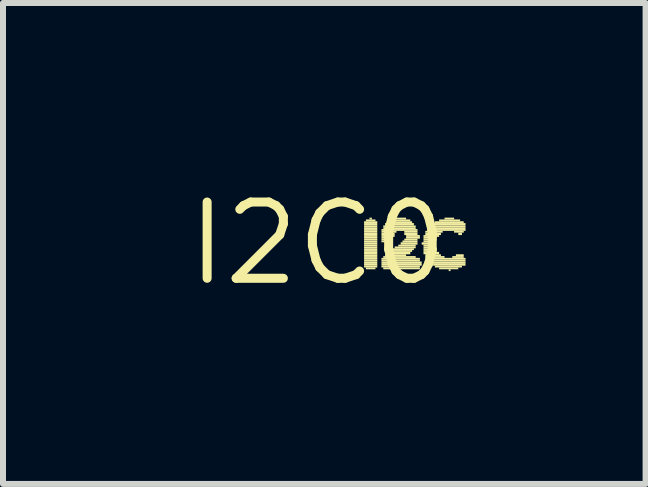
<source format=kicad_pcb>
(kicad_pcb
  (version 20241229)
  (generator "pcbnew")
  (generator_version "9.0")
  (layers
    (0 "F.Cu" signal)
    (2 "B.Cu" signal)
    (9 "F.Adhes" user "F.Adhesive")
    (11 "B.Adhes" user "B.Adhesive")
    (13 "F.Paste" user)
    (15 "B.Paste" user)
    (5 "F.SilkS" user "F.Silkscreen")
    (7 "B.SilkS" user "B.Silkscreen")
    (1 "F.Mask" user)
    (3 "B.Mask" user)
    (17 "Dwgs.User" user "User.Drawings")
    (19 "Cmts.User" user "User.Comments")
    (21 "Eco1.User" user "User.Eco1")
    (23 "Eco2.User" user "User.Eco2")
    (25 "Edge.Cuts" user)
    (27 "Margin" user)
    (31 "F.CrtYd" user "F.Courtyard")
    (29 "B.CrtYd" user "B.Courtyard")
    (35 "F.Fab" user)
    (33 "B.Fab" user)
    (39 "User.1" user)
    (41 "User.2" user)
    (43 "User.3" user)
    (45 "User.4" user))
  (footprint "I2C0"
    (layer "F.Cu")
    (at 2.245 1.006)
    (property "Reference" "I2C0" (at 0 0 0) (layer "F.SilkS") (effects (font (size 1.27 1.27) (thickness 0.15))))
    (fp_poly (pts (xy 0.77 -0.34) (xy 0.99 -0.34) (xy 0.99 -0.37) (xy 0.77 -0.37)) (stroke (width 0) (type default)) (fill yes) (layer "F.SilkS"))
    (fp_poly (pts (xy 0.77 -0.3) (xy 0.99 -0.3) (xy 0.99 -0.34) (xy 0.77 -0.34)) (stroke (width 0) (type default)) (fill yes) (layer "F.SilkS"))
    (fp_poly (pts (xy 0.77 -0.27) (xy 0.99 -0.27) (xy 0.99 -0.3) (xy 0.77 -0.3)) (stroke (width 0) (type default)) (fill yes) (layer "F.SilkS"))
    (fp_poly (pts (xy 0.77 -0.24) (xy 0.99 -0.24) (xy 0.99 -0.27) (xy 0.77 -0.27)) (stroke (width 0) (type default)) (fill yes) (layer "F.SilkS"))
    (fp_poly (pts (xy 0.77 -0.21) (xy 0.99 -0.21) (xy 0.99 -0.24) (xy 0.77 -0.24)) (stroke (width 0) (type default)) (fill yes) (layer "F.SilkS"))
    (fp_poly (pts (xy 0.77 -0.18) (xy 0.99 -0.18) (xy 0.99 -0.21) (xy 0.77 -0.21)) (stroke (width 0) (type default)) (fill yes) (layer "F.SilkS"))
    (fp_poly (pts (xy 0.77 -0.14) (xy 0.99 -0.14) (xy 0.99 -0.18) (xy 0.77 -0.18)) (stroke (width 0) (type default)) (fill yes) (layer "F.SilkS"))
    (fp_poly (pts (xy 0.77 -0.11) (xy 0.99 -0.11) (xy 0.99 -0.14) (xy 0.77 -0.14)) (stroke (width 0) (type default)) (fill yes) (layer "F.SilkS"))
    (fp_poly (pts (xy 0.77 -0.08) (xy 0.99 -0.08) (xy 0.99 -0.11) (xy 0.77 -0.11)) (stroke (width 0) (type default)) (fill yes) (layer "F.SilkS"))
    (fp_poly (pts (xy 0.77 -0.05) (xy 0.99 -0.05) (xy 0.99 -0.08) (xy 0.77 -0.08)) (stroke (width 0) (type default)) (fill yes) (layer "F.SilkS"))
    (fp_poly (pts (xy 0.77 -0.02) (xy 0.99 -0.02) (xy 0.99 -0.05) (xy 0.77 -0.05)) (stroke (width 0) (type default)) (fill yes) (layer "F.SilkS"))
    (fp_poly (pts (xy 0.77 0.02) (xy 0.99 0.02) (xy 0.99 -0.02) (xy 0.77 -0.02)) (stroke (width 0) (type default)) (fill yes) (layer "F.SilkS"))
    (fp_poly (pts (xy 0.77 0.05) (xy 0.99 0.05) (xy 0.99 0.02) (xy 0.77 0.02)) (stroke (width 0) (type default)) (fill yes) (layer "F.SilkS"))
    (fp_poly (pts (xy 0.77 0.08) (xy 0.99 0.08) (xy 0.99 0.05) (xy 0.77 0.05)) (stroke (width 0) (type default)) (fill yes) (layer "F.SilkS"))
    (fp_poly (pts (xy 0.77 0.11) (xy 0.99 0.11) (xy 0.99 0.08) (xy 0.77 0.08)) (stroke (width 0) (type default)) (fill yes) (layer "F.SilkS"))
    (fp_poly (pts (xy 0.77 0.14) (xy 0.99 0.14) (xy 0.99 0.11) (xy 0.77 0.11)) (stroke (width 0) (type default)) (fill yes) (layer "F.SilkS"))
    (fp_poly (pts (xy 0.77 0.18) (xy 0.99 0.18) (xy 0.99 0.14) (xy 0.77 0.14)) (stroke (width 0) (type default)) (fill yes) (layer "F.SilkS"))
    (fp_poly (pts (xy 0.77 0.21) (xy 0.99 0.21) (xy 0.99 0.18) (xy 0.77 0.18)) (stroke (width 0) (type default)) (fill yes) (layer "F.SilkS"))
    (fp_poly (pts (xy 0.77 0.24) (xy 0.99 0.24) (xy 0.99 0.21) (xy 0.77 0.21)) (stroke (width 0) (type default)) (fill yes) (layer "F.SilkS"))
    (fp_poly (pts (xy 0.77 0.27) (xy 0.99 0.27) (xy 0.99 0.24) (xy 0.77 0.24)) (stroke (width 0) (type default)) (fill yes) (layer "F.SilkS"))
    (fp_poly (pts (xy 0.77 0.3) (xy 0.99 0.3) (xy 0.99 0.27) (xy 0.77 0.27)) (stroke (width 0) (type default)) (fill yes) (layer "F.SilkS"))
    (fp_poly (pts (xy 0.77 0.34) (xy 0.99 0.34) (xy 0.99 0.3) (xy 0.77 0.3)) (stroke (width 0) (type default)) (fill yes) (layer "F.SilkS"))
    (fp_poly (pts (xy 0.77 0.37) (xy 0.99 0.37) (xy 0.99 0.34) (xy 0.77 0.34)) (stroke (width 0) (type default)) (fill yes) (layer "F.SilkS"))
    (fp_poly (pts (xy 0.77 0.4) (xy 0.99 0.4) (xy 0.99 0.37) (xy 0.77 0.37)) (stroke (width 0) (type default)) (fill yes) (layer "F.SilkS"))
    (fp_poly (pts (xy 0.8 -0.37) (xy 0.96 -0.37) (xy 0.96 -0.4) (xy 0.8 -0.4)) (stroke (width 0) (type default)) (fill yes) (layer "F.SilkS"))
    (fp_poly (pts (xy 0.8 0.43) (xy 0.96 0.43) (xy 0.96 0.4) (xy 0.8 0.4)) (stroke (width 0) (type default)) (fill yes) (layer "F.SilkS"))
    (fp_poly (pts (xy 0.86 -0.4) (xy 0.9 -0.4) (xy 0.9 -0.43) (xy 0.86 -0.43)) (stroke (width 0) (type default)) (fill yes) (layer "F.SilkS"))
    (fp_poly (pts (xy 1.06 -0.21) (xy 1.66 -0.21) (xy 1.66 -0.24) (xy 1.06 -0.24)) (stroke (width 0) (type default)) (fill yes) (layer "F.SilkS"))
    (fp_poly (pts (xy 1.06 -0.18) (xy 1.31 -0.18) (xy 1.31 -0.21) (xy 1.06 -0.21)) (stroke (width 0) (type default)) (fill yes) (layer "F.SilkS"))
    (fp_poly (pts (xy 1.06 -0.14) (xy 1.28 -0.14) (xy 1.28 -0.18) (xy 1.06 -0.18)) (stroke (width 0) (type default)) (fill yes) (layer "F.SilkS"))
    (fp_poly (pts (xy 1.06 -0.11) (xy 1.28 -0.11) (xy 1.28 -0.14) (xy 1.06 -0.14)) (stroke (width 0) (type default)) (fill yes) (layer "F.SilkS"))
    (fp_poly (pts (xy 1.06 -0.08) (xy 1.25 -0.08) (xy 1.25 -0.11) (xy 1.06 -0.11)) (stroke (width 0) (type default)) (fill yes) (layer "F.SilkS"))
    (fp_poly (pts (xy 1.06 -0.05) (xy 1.25 -0.05) (xy 1.25 -0.08) (xy 1.06 -0.08)) (stroke (width 0) (type default)) (fill yes) (layer "F.SilkS"))
    (fp_poly (pts (xy 1.06 -0.02) (xy 1.25 -0.02) (xy 1.25 -0.05) (xy 1.06 -0.05)) (stroke (width 0) (type default)) (fill yes) (layer "F.SilkS"))
    (fp_poly (pts (xy 1.06 0.27) (xy 1.7 0.27) (xy 1.7 0.24) (xy 1.06 0.24)) (stroke (width 0) (type default)) (fill yes) (layer "F.SilkS"))
    (fp_poly (pts (xy 1.06 0.3) (xy 1.7 0.3) (xy 1.7 0.27) (xy 1.06 0.27)) (stroke (width 0) (type default)) (fill yes) (layer "F.SilkS"))
    (fp_poly (pts (xy 1.06 0.34) (xy 1.73 0.34) (xy 1.73 0.3) (xy 1.06 0.3)) (stroke (width 0) (type default)) (fill yes) (layer "F.SilkS"))
    (fp_poly (pts (xy 1.06 0.37) (xy 1.73 0.37) (xy 1.73 0.34) (xy 1.06 0.34)) (stroke (width 0) (type default)) (fill yes) (layer "F.SilkS"))
    (fp_poly (pts (xy 1.06 0.4) (xy 1.7 0.4) (xy 1.7 0.37) (xy 1.06 0.37)) (stroke (width 0) (type default)) (fill yes) (layer "F.SilkS"))
    (fp_poly (pts (xy 1.09 -0.27) (xy 1.63 -0.27) (xy 1.63 -0.3) (xy 1.09 -0.3)) (stroke (width 0) (type default)) (fill yes) (layer "F.SilkS"))
    (fp_poly (pts (xy 1.09 -0.24) (xy 1.63 -0.24) (xy 1.63 -0.27) (xy 1.09 -0.27)) (stroke (width 0) (type default)) (fill yes) (layer "F.SilkS"))
    (fp_poly (pts (xy 1.09 0.24) (xy 1.63 0.24) (xy 1.63 0.21) (xy 1.09 0.21)) (stroke (width 0) (type default)) (fill yes) (layer "F.SilkS"))
    (fp_poly (pts (xy 1.09 0.43) (xy 1.7 0.43) (xy 1.7 0.4) (xy 1.09 0.4)) (stroke (width 0) (type default)) (fill yes) (layer "F.SilkS"))
    (fp_poly (pts (xy 1.12 -0.3) (xy 1.6 -0.3) (xy 1.6 -0.34) (xy 1.12 -0.34)) (stroke (width 0) (type default)) (fill yes) (layer "F.SilkS"))
    (fp_poly (pts (xy 1.12 0.21) (xy 1.47 0.21) (xy 1.47 0.18) (xy 1.12 0.18)) (stroke (width 0) (type default)) (fill yes) (layer "F.SilkS"))
    (fp_poly (pts (xy 1.15 -0.34) (xy 1.57 -0.34) (xy 1.57 -0.37) (xy 1.15 -0.37)) (stroke (width 0) (type default)) (fill yes) (layer "F.SilkS"))
    (fp_poly (pts (xy 1.15 0.18) (xy 1.54 0.18) (xy 1.54 0.14) (xy 1.15 0.14)) (stroke (width 0) (type default)) (fill yes) (layer "F.SilkS"))
    (fp_poly (pts (xy 1.18 -0.37) (xy 1.54 -0.37) (xy 1.54 -0.4) (xy 1.18 -0.4)) (stroke (width 0) (type default)) (fill yes) (layer "F.SilkS"))
    (fp_poly (pts (xy 1.18 0.14) (xy 1.57 0.14) (xy 1.57 0.11) (xy 1.18 0.11)) (stroke (width 0) (type default)) (fill yes) (layer "F.SilkS"))
    (fp_poly (pts (xy 1.25 0.11) (xy 1.6 0.11) (xy 1.6 0.08) (xy 1.25 0.08)) (stroke (width 0) (type default)) (fill yes) (layer "F.SilkS"))
    (fp_poly (pts (xy 1.28 -0.4) (xy 1.47 -0.4) (xy 1.47 -0.43) (xy 1.28 -0.43)) (stroke (width 0) (type default)) (fill yes) (layer "F.SilkS"))
    (fp_poly (pts (xy 1.28 0.08) (xy 1.63 0.08) (xy 1.63 0.05) (xy 1.28 0.05)) (stroke (width 0) (type default)) (fill yes) (layer "F.SilkS"))
    (fp_poly (pts (xy 1.34 0.05) (xy 1.63 0.05) (xy 1.63 0.02) (xy 1.34 0.02)) (stroke (width 0) (type default)) (fill yes) (layer "F.SilkS"))
    (fp_poly (pts (xy 1.38 0.02) (xy 1.66 0.02) (xy 1.66 -0.02) (xy 1.38 -0.02)) (stroke (width 0) (type default)) (fill yes) (layer "F.SilkS"))
    (fp_poly (pts (xy 1.41 -0.02) (xy 1.66 -0.02) (xy 1.66 -0.05) (xy 1.41 -0.05)) (stroke (width 0) (type default)) (fill yes) (layer "F.SilkS"))
    (fp_poly (pts (xy 1.44 -0.18) (xy 1.66 -0.18) (xy 1.66 -0.21) (xy 1.44 -0.21)) (stroke (width 0) (type default)) (fill yes) (layer "F.SilkS"))
    (fp_poly (pts (xy 1.44 -0.14) (xy 1.66 -0.14) (xy 1.66 -0.18) (xy 1.44 -0.18)) (stroke (width 0) (type default)) (fill yes) (layer "F.SilkS"))
    (fp_poly (pts (xy 1.44 -0.05) (xy 1.66 -0.05) (xy 1.66 -0.08) (xy 1.44 -0.08)) (stroke (width 0) (type default)) (fill yes) (layer "F.SilkS"))
    (fp_poly (pts (xy 1.47 -0.11) (xy 1.7 -0.11) (xy 1.7 -0.14) (xy 1.47 -0.14)) (stroke (width 0) (type default)) (fill yes) (layer "F.SilkS"))
    (fp_poly (pts (xy 1.47 -0.08) (xy 1.7 -0.08) (xy 1.7 -0.11) (xy 1.47 -0.11)) (stroke (width 0) (type default)) (fill yes) (layer "F.SilkS"))
    (fp_poly (pts (xy 1.73 0.02) (xy 1.95 0.02) (xy 1.95 -0.02) (xy 1.73 -0.02)) (stroke (width 0) (type default)) (fill yes) (layer "F.SilkS"))
    (fp_poly (pts (xy 1.76 -0.11) (xy 2.02 -0.11) (xy 2.02 -0.14) (xy 1.76 -0.14)) (stroke (width 0) (type default)) (fill yes) (layer "F.SilkS"))
    (fp_poly (pts (xy 1.76 -0.08) (xy 1.98 -0.08) (xy 1.98 -0.11) (xy 1.76 -0.11)) (stroke (width 0) (type default)) (fill yes) (layer "F.SilkS"))
    (fp_poly (pts (xy 1.76 -0.05) (xy 1.98 -0.05) (xy 1.98 -0.08) (xy 1.76 -0.08)) (stroke (width 0) (type default)) (fill yes) (layer "F.SilkS"))
    (fp_poly (pts (xy 1.76 -0.02) (xy 1.95 -0.02) (xy 1.95 -0.05) (xy 1.76 -0.05)) (stroke (width 0) (type default)) (fill yes) (layer "F.SilkS"))
    (fp_poly (pts (xy 1.76 0.05) (xy 1.95 0.05) (xy 1.95 0.02) (xy 1.76 0.02)) (stroke (width 0) (type default)) (fill yes) (layer "F.SilkS"))
    (fp_poly (pts (xy 1.76 0.08) (xy 1.95 0.08) (xy 1.95 0.05) (xy 1.76 0.05)) (stroke (width 0) (type default)) (fill yes) (layer "F.SilkS"))
    (fp_poly (pts (xy 1.76 0.11) (xy 1.98 0.11) (xy 1.98 0.08) (xy 1.76 0.08)) (stroke (width 0) (type default)) (fill yes) (layer "F.SilkS"))
    (fp_poly (pts (xy 1.76 0.14) (xy 1.98 0.14) (xy 1.98 0.11) (xy 1.76 0.11)) (stroke (width 0) (type default)) (fill yes) (layer "F.SilkS"))
    (fp_poly (pts (xy 1.76 0.18) (xy 2.02 0.18) (xy 2.02 0.14) (xy 1.76 0.14)) (stroke (width 0) (type default)) (fill yes) (layer "F.SilkS"))
    (fp_poly (pts (xy 1.79 -0.18) (xy 2.08 -0.18) (xy 2.08 -0.21) (xy 1.79 -0.21)) (stroke (width 0) (type default)) (fill yes) (layer "F.SilkS"))
    (fp_poly (pts (xy 1.79 -0.14) (xy 2.05 -0.14) (xy 2.05 -0.18) (xy 1.79 -0.18)) (stroke (width 0) (type default)) (fill yes) (layer "F.SilkS"))
    (fp_poly (pts (xy 1.79 0.21) (xy 2.05 0.21) (xy 2.05 0.18) (xy 1.79 0.18)) (stroke (width 0) (type default)) (fill yes) (layer "F.SilkS"))
    (fp_poly (pts (xy 1.79 0.24) (xy 2.11 0.24) (xy 2.11 0.21) (xy 1.79 0.21)) (stroke (width 0) (type default)) (fill yes) (layer "F.SilkS"))
    (fp_poly (pts (xy 1.82 -0.24) (xy 2.46 -0.24) (xy 2.46 -0.27) (xy 1.82 -0.27)) (stroke (width 0) (type default)) (fill yes) (layer "F.SilkS"))
    (fp_poly (pts (xy 1.82 -0.21) (xy 2.46 -0.21) (xy 2.46 -0.24) (xy 1.82 -0.24)) (stroke (width 0) (type default)) (fill yes) (layer "F.SilkS"))
    (fp_poly (pts (xy 1.82 0.27) (xy 2.46 0.27) (xy 2.46 0.24) (xy 1.82 0.24)) (stroke (width 0) (type default)) (fill yes) (layer "F.SilkS"))
    (fp_poly (pts (xy 1.86 -0.27) (xy 2.46 -0.27) (xy 2.46 -0.3) (xy 1.86 -0.3)) (stroke (width 0) (type default)) (fill yes) (layer "F.SilkS"))
    (fp_poly (pts (xy 1.86 0.3) (xy 2.46 0.3) (xy 2.46 0.27) (xy 1.86 0.27)) (stroke (width 0) (type default)) (fill yes) (layer "F.SilkS"))
    (fp_poly (pts (xy 1.89 -0.3) (xy 2.46 -0.3) (xy 2.46 -0.34) (xy 1.89 -0.34)) (stroke (width 0) (type default)) (fill yes) (layer "F.SilkS"))
    (fp_poly (pts (xy 1.89 0.34) (xy 2.46 0.34) (xy 2.46 0.3) (xy 1.89 0.3)) (stroke (width 0) (type default)) (fill yes) (layer "F.SilkS"))
    (fp_poly (pts (xy 1.92 0.37) (xy 2.46 0.37) (xy 2.46 0.34) (xy 1.92 0.34)) (stroke (width 0) (type default)) (fill yes) (layer "F.SilkS"))
    (fp_poly (pts (xy 1.95 -0.34) (xy 2.43 -0.34) (xy 2.43 -0.37) (xy 1.95 -0.37)) (stroke (width 0) (type default)) (fill yes) (layer "F.SilkS"))
    (fp_poly (pts (xy 1.95 0.4) (xy 2.4 0.4) (xy 2.4 0.37) (xy 1.95 0.37)) (stroke (width 0) (type default)) (fill yes) (layer "F.SilkS"))
    (fp_poly (pts (xy 2.02 -0.37) (xy 2.37 -0.37) (xy 2.37 -0.4) (xy 2.02 -0.4)) (stroke (width 0) (type default)) (fill yes) (layer "F.SilkS"))
    (fp_poly (pts (xy 2.02 0.43) (xy 2.34 0.43) (xy 2.34 0.4) (xy 2.02 0.4)) (stroke (width 0) (type default)) (fill yes) (layer "F.SilkS"))
    (fp_poly (pts (xy 2.11 -0.4) (xy 2.27 -0.4) (xy 2.27 -0.43) (xy 2.11 -0.43)) (stroke (width 0) (type default)) (fill yes) (layer "F.SilkS"))
    (fp_poly (pts (xy 2.18 0.46) (xy 2.21 0.46) (xy 2.21 0.43) (xy 2.18 0.43)) (stroke (width 0) (type default)) (fill yes) (layer "F.SilkS"))
    (fp_poly (pts (xy 2.24 0.24) (xy 2.43 0.24) (xy 2.43 0.21) (xy 2.24 0.21)) (stroke (width 0) (type default)) (fill yes) (layer "F.SilkS"))
    (fp_poly (pts (xy 2.27 -0.18) (xy 2.43 -0.18) (xy 2.43 -0.21) (xy 2.27 -0.21)) (stroke (width 0) (type default)) (fill yes) (layer "F.SilkS"))
    (fp_poly (pts (xy 2.3 0.21) (xy 2.43 0.21) (xy 2.43 0.18) (xy 2.3 0.18)) (stroke (width 0) (type default)) (fill yes) (layer "F.SilkS"))
    (fp_poly (pts (xy 2.34 -0.14) (xy 2.4 -0.14) (xy 2.4 -0.18) (xy 2.34 -0.18)) (stroke (width 0) (type default)) (fill yes) (layer "F.SilkS")))
  (gr_rect
    (start -3 -3)
    (end 7.705 5.012)
    (stroke (width 0.1) (type default))
    (fill no)
    (layer "Edge.Cuts")))
</source>
